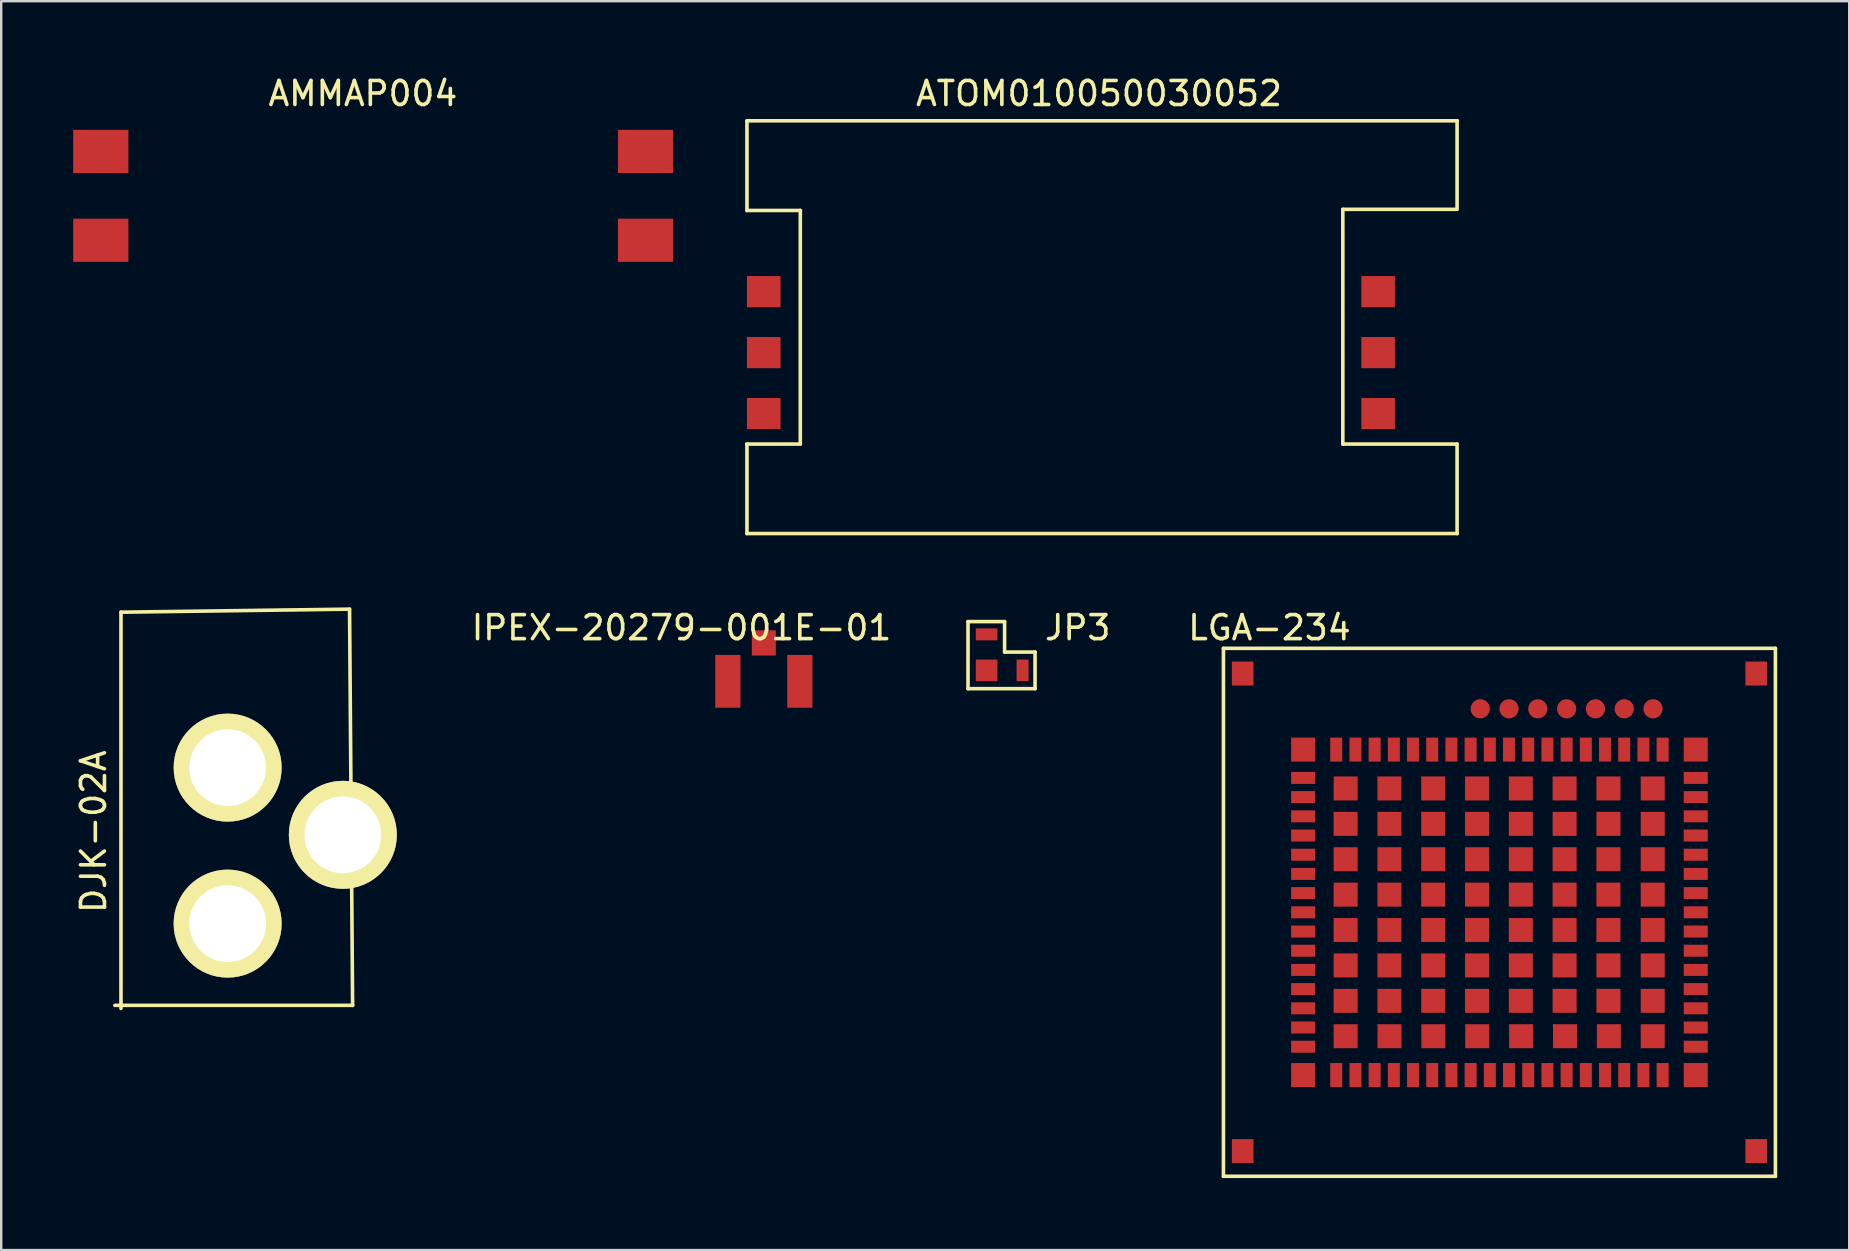
<source format=kicad_pcb>
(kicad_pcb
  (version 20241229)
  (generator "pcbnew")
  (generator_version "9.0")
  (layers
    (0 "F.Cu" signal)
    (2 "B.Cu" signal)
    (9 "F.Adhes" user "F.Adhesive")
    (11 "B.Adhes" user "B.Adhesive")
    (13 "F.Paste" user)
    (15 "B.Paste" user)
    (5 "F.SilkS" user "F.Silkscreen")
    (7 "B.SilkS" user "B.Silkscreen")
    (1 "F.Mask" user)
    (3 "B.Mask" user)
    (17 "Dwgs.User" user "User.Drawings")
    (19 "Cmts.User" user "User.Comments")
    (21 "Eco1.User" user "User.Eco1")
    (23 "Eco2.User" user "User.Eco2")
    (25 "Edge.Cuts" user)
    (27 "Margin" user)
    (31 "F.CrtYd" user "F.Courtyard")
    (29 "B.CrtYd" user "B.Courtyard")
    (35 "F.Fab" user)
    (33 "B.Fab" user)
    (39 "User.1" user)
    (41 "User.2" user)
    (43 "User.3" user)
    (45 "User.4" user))
  (footprint "IPEX-20279-001E-01"
    (layer "F.Cu")
    (at 28.778 23.741)
    (property "Reference" "IPEX-20279-001E-01" (at -3.429 -0.635 0) (layer "F.SilkS") (effects (font (size 1 1) (thickness 0.15))))
    (attr through_hole)
    (pad "1" smd rect (at 0 0) (size 1 1.05) (layers "F.Cu" "F.Mask" "F.Paste"))
    (pad "2" smd rect (at -1.5 1.6) (size 1.05 2.2) (layers "F.Cu" "F.Mask" "F.Paste"))
    (pad "3" smd rect (at 1.5 1.6) (size 1.05 2.2) (layers "F.Cu" "F.Mask" "F.Paste")))
  (footprint "ATOM010050030052"
    (layer "F.Cu")
    (at 28.775 9.103)
    (property "Reference" "ATOM010050030052" (at 13.97 -8.255 0) (layer "F.SilkS") (effects (font (size 1 1) (thickness 0.15))))
    (attr through_hole)
    (fp_line (start -0.7 -7.12) (end 28.9 -7.12) (stroke (width 0.15) (type solid)) (layer "F.SilkS"))
    (fp_line (start -0.7 -3.382) (end -0.7 -7.112) (stroke (width 0.15) (type solid)) (layer "F.SilkS"))
    (fp_line (start -0.7 6.35) (end 1.524 6.35) (stroke (width 0.15) (type solid)) (layer "F.SilkS"))
    (fp_line (start -0.7 10.08) (end -0.7 6.35) (stroke (width 0.15) (type solid)) (layer "F.SilkS"))
    (fp_line (start -0.7 10.08) (end 28.9 10.08) (stroke (width 0.15) (type solid)) (layer "F.SilkS"))
    (fp_line (start 1.524 -3.382) (end -0.7 -3.382) (stroke (width 0.15) (type solid)) (layer "F.SilkS"))
    (fp_line (start 1.524 6.35) (end 1.524 -3.382) (stroke (width 0.15) (type solid)) (layer "F.SilkS"))
    (fp_line (start 24.13 -3.429) (end 28.829 -3.429) (stroke (width 0.15) (type solid)) (layer "F.SilkS"))
    (fp_line (start 24.13 6.35) (end 24.13 -3.429) (stroke (width 0.15) (type solid)) (layer "F.SilkS"))
    (fp_line (start 28.891 -3.429) (end 28.891 -7.112) (stroke (width 0.15) (type solid)) (layer "F.SilkS"))
    (fp_line (start 28.891 6.35) (end 24.13 6.35) (stroke (width 0.15) (type solid)) (layer "F.SilkS"))
    (fp_line (start 28.891 10.08) (end 28.891 6.35) (stroke (width 0.15) (type solid)) (layer "F.SilkS"))
    (pad "1" smd rect (at 0 0) (size 1.4 1.3) (layers "F.Cu" "F.Mask" "F.Paste"))
    (pad "2" smd rect (at 0 2.54) (size 1.4 1.3) (layers "F.Cu" "F.Mask" "F.Paste"))
    (pad "3" smd rect (at 0 5.08) (size 1.4 1.3) (layers "F.Cu" "F.Mask" "F.Paste"))
    (pad "4" smd rect (at 25.6 5.08) (size 1.4 1.3) (layers "F.Cu" "F.Mask" "F.Paste"))
    (pad "5" smd rect (at 25.6 2.54) (size 1.4 1.3) (layers "F.Cu" "F.Mask" "F.Paste"))
    (pad "6" smd rect (at 25.6 0) (size 1.4 1.3) (layers "F.Cu" "F.Mask" "F.Paste")))
  (footprint "LGA-234"
    (layer "F.Cu")
    (at 66.231 28.186)
    (property "Reference" "LGA-234" (at -16.383 -5.08 0) (layer "F.SilkS") (effects (font (size 1 1) (thickness 0.15))))
    (attr through_hole)
    (fp_line (start -18.3 -4.22) (end -18.3 17.78) (stroke (width 0.15) (type solid)) (layer "F.SilkS"))
    (fp_line (start -18.3 17.78) (end 4.7 17.78) (stroke (width 0.15) (type solid)) (layer "F.SilkS"))
    (fp_line (start 4.7 -4.22) (end -18.3 -4.22) (stroke (width 0.15) (type solid)) (layer "F.SilkS"))
    (fp_line (start 4.7 17.78) (end 4.7 -4.22) (stroke (width 0.15) (type solid)) (layer "F.SilkS"))
    (pad "1" smd rect (at 0 0 90) (size 1 0.5) (layers "F.Cu" "F.Mask" "F.Paste"))
    (pad "2" smd rect (at -0.8 0 90) (size 1 0.5) (layers "F.Cu" "F.Mask" "F.Paste"))
    (pad "3" smd rect (at -1.6 0 90) (size 1 0.5) (layers "F.Cu" "F.Mask" "F.Paste"))
    (pad "4" smd rect (at -2.4 0 90) (size 1 0.5) (layers "F.Cu" "F.Mask" "F.Paste"))
    (pad "5" smd rect (at -3.2 0 90) (size 1 0.5) (layers "F.Cu" "F.Mask" "F.Paste"))
    (pad "6" smd rect (at -4 0 90) (size 1 0.5) (layers "F.Cu" "F.Mask" "F.Paste"))
    (pad "7" smd rect (at -4.8 0 90) (size 1 0.5) (layers "F.Cu" "F.Mask" "F.Paste"))
    (pad "8" smd rect (at -5.6 0 90) (size 1 0.5) (layers "F.Cu" "F.Mask" "F.Paste"))
    (pad "9" smd rect (at -6.4 0 90) (size 1 0.5) (layers "F.Cu" "F.Mask" "F.Paste"))
    (pad "10" smd rect (at -7.2 0 90) (size 1 0.5) (layers "F.Cu" "F.Mask" "F.Paste"))
    (pad "11" smd rect (at -8 0 90) (size 1 0.5) (layers "F.Cu" "F.Mask" "F.Paste"))
    (pad "12" smd rect (at -8.8 0 90) (size 1 0.5) (layers "F.Cu" "F.Mask" "F.Paste"))
    (pad "13" smd rect (at -9.6 0 90) (size 1 0.5) (layers "F.Cu" "F.Mask" "F.Paste"))
    (pad "14" smd rect (at -10.4 0 90) (size 1 0.5) (layers "F.Cu" "F.Mask" "F.Paste"))
    (pad "15" smd rect (at -11.2 0 90) (size 1 0.5) (layers "F.Cu" "F.Mask" "F.Paste"))
    (pad "16" smd rect (at -12 0 90) (size 1 0.5) (layers "F.Cu" "F.Mask" "F.Paste"))
    (pad "17" smd rect (at -12.8 0 90) (size 1 0.5) (layers "F.Cu" "F.Mask" "F.Paste"))
    (pad "18" smd rect (at -13.6 0 90) (size 1 0.5) (layers "F.Cu" "F.Mask" "F.Paste"))
    (pad "19" smd rect (at -14.98 1.18) (size 1 0.5) (layers "F.Cu" "F.Mask" "F.Paste"))
    (pad "20" smd rect (at -14.98 1.98) (size 1 0.5) (layers "F.Cu" "F.Mask" "F.Paste"))
    (pad "21" smd rect (at -14.98 2.78) (size 1 0.5) (layers "F.Cu" "F.Mask" "F.Paste"))
    (pad "22" smd rect (at -14.98 3.58) (size 1 0.5) (layers "F.Cu" "F.Mask" "F.Paste"))
    (pad "23" smd rect (at -14.98 4.38) (size 1 0.5) (layers "F.Cu" "F.Mask" "F.Paste"))
    (pad "24" smd rect (at -14.98 5.18) (size 1 0.5) (layers "F.Cu" "F.Mask" "F.Paste"))
    (pad "25" smd rect (at -14.98 5.98) (size 1 0.5) (layers "F.Cu" "F.Mask" "F.Paste"))
    (pad "26" smd rect (at -14.98 6.78) (size 1 0.5) (layers "F.Cu" "F.Mask" "F.Paste"))
    (pad "27" smd rect (at -14.98 7.58) (size 1 0.5) (layers "F.Cu" "F.Mask" "F.Paste"))
    (pad "28" smd rect (at -14.98 8.38) (size 1 0.5) (layers "F.Cu" "F.Mask" "F.Paste"))
    (pad "29" smd rect (at -14.98 9.18) (size 1 0.5) (layers "F.Cu" "F.Mask" "F.Paste"))
    (pad "30" smd rect (at -14.98 9.98) (size 1 0.5) (layers "F.Cu" "F.Mask" "F.Paste"))
    (pad "31" smd rect (at -14.98 10.78) (size 1 0.5) (layers "F.Cu" "F.Mask" "F.Paste"))
    (pad "32" smd rect (at -14.98 11.58) (size 1 0.5) (layers "F.Cu" "F.Mask" "F.Paste"))
    (pad "33" smd rect (at -14.98 12.38) (size 1 0.5) (layers "F.Cu" "F.Mask" "F.Paste"))
    (pad "34" smd rect (at -13.6 13.56 90) (size 1 0.5) (layers "F.Cu" "F.Mask" "F.Paste"))
    (pad "35" smd rect (at -12.8 13.56 90) (size 1 0.5) (layers "F.Cu" "F.Mask" "F.Paste"))
    (pad "36" smd rect (at -12 13.56 90) (size 1 0.5) (layers "F.Cu" "F.Mask" "F.Paste"))
    (pad "37" smd rect (at -11.2 13.56 90) (size 1 0.5) (layers "F.Cu" "F.Mask" "F.Paste"))
    (pad "38" smd rect (at -10.4 13.56 90) (size 1 0.5) (layers "F.Cu" "F.Mask" "F.Paste"))
    (pad "39" smd rect (at -9.6 13.56 90) (size 1 0.5) (layers "F.Cu" "F.Mask" "F.Paste"))
    (pad "40" smd rect (at -8.8 13.56 90) (size 1 0.5) (layers "F.Cu" "F.Mask" "F.Paste"))
    (pad "41" smd rect (at -8 13.56 90) (size 1 0.5) (layers "F.Cu" "F.Mask" "F.Paste"))
    (pad "42" smd rect (at -7.2 13.56 90) (size 1 0.5) (layers "F.Cu" "F.Mask" "F.Paste"))
    (pad "43" smd rect (at -6.4 13.56 90) (size 1 0.5) (layers "F.Cu" "F.Mask" "F.Paste"))
    (pad "44" smd rect (at -5.6 13.56 90) (size 1 0.5) (layers "F.Cu" "F.Mask" "F.Paste"))
    (pad "45" smd rect (at -4.8 13.56 90) (size 1 0.5) (layers "F.Cu" "F.Mask" "F.Paste"))
    (pad "46" smd rect (at -4 13.56 90) (size 1 0.5) (layers "F.Cu" "F.Mask" "F.Paste"))
    (pad "47" smd rect (at -3.2 13.56 90) (size 1 0.5) (layers "F.Cu" "F.Mask" "F.Paste"))
    (pad "48" smd rect (at -2.4 13.56 90) (size 1 0.5) (layers "F.Cu" "F.Mask" "F.Paste"))
    (pad "49" smd rect (at -1.6 13.56 90) (size 1 0.5) (layers "F.Cu" "F.Mask" "F.Paste"))
    (pad "50" smd rect (at -0.8 13.56 90) (size 1 0.5) (layers "F.Cu" "F.Mask" "F.Paste"))
    (pad "51" smd rect (at 0 13.56 90) (size 1 0.5) (layers "F.Cu" "F.Mask" "F.Paste"))
    (pad "52" smd rect (at 1.38 12.38 180) (size 1 0.5) (layers "F.Cu" "F.Mask" "F.Paste"))
    (pad "53" smd rect (at 1.38 11.58 180) (size 1 0.5) (layers "F.Cu" "F.Mask" "F.Paste"))
    (pad "54" smd rect (at 1.38 10.78 180) (size 1 0.5) (layers "F.Cu" "F.Mask" "F.Paste"))
    (pad "55" smd rect (at 1.38 9.98 180) (size 1 0.5) (layers "F.Cu" "F.Mask" "F.Paste"))
    (pad "56" smd rect (at 1.38 9.18 180) (size 1 0.5) (layers "F.Cu" "F.Mask" "F.Paste"))
    (pad "57" smd rect (at 1.38 8.38 180) (size 1 0.5) (layers "F.Cu" "F.Mask" "F.Paste"))
    (pad "58" smd rect (at 1.38 7.58 180) (size 1 0.5) (layers "F.Cu" "F.Mask" "F.Paste"))
    (pad "59" smd rect (at 1.38 6.78 180) (size 1 0.5) (layers "F.Cu" "F.Mask" "F.Paste"))
    (pad "60" smd rect (at 1.38 5.98 180) (size 1 0.5) (layers "F.Cu" "F.Mask" "F.Paste"))
    (pad "61" smd rect (at 1.38 5.18 180) (size 1 0.5) (layers "F.Cu" "F.Mask" "F.Paste"))
    (pad "62" smd rect (at 1.38 4.38 180) (size 1 0.5) (layers "F.Cu" "F.Mask" "F.Paste"))
    (pad "63" smd rect (at 1.38 3.58 180) (size 1 0.5) (layers "F.Cu" "F.Mask" "F.Paste"))
    (pad "64" smd rect (at 1.38 2.78 180) (size 1 0.5) (layers "F.Cu" "F.Mask" "F.Paste"))
    (pad "65" smd rect (at 1.38 1.98 180) (size 1 0.5) (layers "F.Cu" "F.Mask" "F.Paste"))
    (pad "66" smd rect (at 1.38 1.18 180) (size 1 0.5) (layers "F.Cu" "F.Mask" "F.Paste"))
    (pad "67" smd rect (at 1.38 0) (size 1 1) (layers "F.Cu" "F.Mask" "F.Paste"))
    (pad "68" smd rect (at -14.98 0) (size 1 1) (layers "F.Cu" "F.Mask" "F.Paste"))
    (pad "69" smd rect (at -14.98 13.56) (size 1 1) (layers "F.Cu" "F.Mask" "F.Paste"))
    (pad "70" smd rect (at 1.38 13.56) (size 1 1) (layers "F.Cu" "F.Mask" "F.Paste"))
    (pad "167" smd rect (at 3.9 -3.17) (size 0.9 1) (layers "F.Cu" "F.Mask" "F.Paste"))
    (pad "168" smd rect (at -17.5 -3.17) (size 0.9 1) (layers "F.Cu" "F.Mask" "F.Paste"))
    (pad "169" smd rect (at -17.5 16.73) (size 0.9 1) (layers "F.Cu" "F.Mask" "F.Paste"))
    (pad "170" smd rect (at 3.9 16.73) (size 0.9 1) (layers "F.Cu" "F.Mask" "F.Paste"))
    (pad "171" smd rect (at -0.413 1.618) (size 1 1) (layers "F.Cu" "F.Mask" "F.Paste"))
    (pad "172" smd rect (at -0.413 3.093) (size 1 1) (layers "F.Cu" "F.Mask" "F.Paste"))
    (pad "173" smd rect (at -0.413 4.568) (size 1 1) (layers "F.Cu" "F.Mask" "F.Paste"))
    (pad "174" smd rect (at -0.413 6.043) (size 1 1) (layers "F.Cu" "F.Mask" "F.Paste"))
    (pad "175" smd rect (at -0.413 7.518) (size 1 1) (layers "F.Cu" "F.Mask" "F.Paste"))
    (pad "176" smd rect (at -0.413 8.993) (size 1 1) (layers "F.Cu" "F.Mask" "F.Paste"))
    (pad "177" smd rect (at -0.413 10.468) (size 1 1) (layers "F.Cu" "F.Mask" "F.Paste"))
    (pad "178" smd rect (at -0.413 11.943) (size 1 1) (layers "F.Cu" "F.Mask" "F.Paste"))
    (pad "179" smd rect (at -2.241 11.943) (size 1 1) (layers "F.Cu" "F.Mask" "F.Paste"))
    (pad "180" smd rect (at -4.069 11.943) (size 1 1) (layers "F.Cu" "F.Mask" "F.Paste"))
    (pad "181" smd rect (at -5.897 11.943) (size 1 1) (layers "F.Cu" "F.Mask" "F.Paste"))
    (pad "182" smd rect (at -7.725 11.943) (size 1 1) (layers "F.Cu" "F.Mask" "F.Paste"))
    (pad "183" smd rect (at -9.553 11.943) (size 1 1) (layers "F.Cu" "F.Mask" "F.Paste"))
    (pad "184" smd rect (at -11.381 11.943) (size 1 1) (layers "F.Cu" "F.Mask" "F.Paste"))
    (pad "185" smd rect (at -13.209 11.943) (size 1 1) (layers "F.Cu" "F.Mask" "F.Paste"))
    (pad "186" smd rect (at -13.209 10.468) (size 1 1) (layers "F.Cu" "F.Mask" "F.Paste"))
    (pad "187" smd rect (at -13.209 8.993) (size 1 1) (layers "F.Cu" "F.Mask" "F.Paste"))
    (pad "188" smd rect (at -13.209 7.518) (size 1 1) (layers "F.Cu" "F.Mask" "F.Paste"))
    (pad "189" smd rect (at -13.209 6.043) (size 1 1) (layers "F.Cu" "F.Mask" "F.Paste"))
    (pad "190" smd rect (at -13.209 4.568) (size 1 1) (layers "F.Cu" "F.Mask" "F.Paste"))
    (pad "191" smd rect (at -13.209 3.093) (size 1 1) (layers "F.Cu" "F.Mask" "F.Paste"))
    (pad "192" smd rect (at -13.209 1.618) (size 1 1) (layers "F.Cu" "F.Mask" "F.Paste"))
    (pad "193" smd rect (at -11.384 1.618) (size 1 1) (layers "F.Cu" "F.Mask" "F.Paste"))
    (pad "194" smd rect (at -9.559 1.618) (size 1 1) (layers "F.Cu" "F.Mask" "F.Paste"))
    (pad "195" smd rect (at -7.734 1.618) (size 1 1) (layers "F.Cu" "F.Mask" "F.Paste"))
    (pad "196" smd rect (at -5.909 1.618) (size 1 1) (layers "F.Cu" "F.Mask" "F.Paste"))
    (pad "197" smd rect (at -4.084 1.618) (size 1 1) (layers "F.Cu" "F.Mask" "F.Paste"))
    (pad "198" smd rect (at -2.259 1.618) (size 1 1) (layers "F.Cu" "F.Mask" "F.Paste"))
    (pad "199" smd rect (at -2.259 3.093) (size 1 1) (layers "F.Cu" "F.Mask" "F.Paste"))
    (pad "200" smd rect (at -2.259 4.568) (size 1 1) (layers "F.Cu" "F.Mask" "F.Paste"))
    (pad "201" smd rect (at -2.259 6.043) (size 1 1) (layers "F.Cu" "F.Mask" "F.Paste"))
    (pad "202" smd rect (at -2.259 7.518) (size 1 1) (layers "F.Cu" "F.Mask" "F.Paste"))
    (pad "203" smd rect (at -2.259 8.993) (size 1 1) (layers "F.Cu" "F.Mask" "F.Paste"))
    (pad "204" smd rect (at -2.259 10.468) (size 1 1) (layers "F.Cu" "F.Mask" "F.Paste"))
    (pad "205" smd rect (at -4.084 10.468) (size 1 1) (layers "F.Cu" "F.Mask" "F.Paste"))
    (pad "206" smd rect (at -5.909 10.468) (size 1 1) (layers "F.Cu" "F.Mask" "F.Paste"))
    (pad "207" smd rect (at -7.734 10.468) (size 1 1) (layers "F.Cu" "F.Mask" "F.Paste"))
    (pad "208" smd rect (at -9.559 10.468) (size 1 1) (layers "F.Cu" "F.Mask" "F.Paste"))
    (pad "209" smd rect (at -11.384 10.468) (size 1 1) (layers "F.Cu" "F.Mask" "F.Paste"))
    (pad "210" smd rect (at -11.384 8.993) (size 1 1) (layers "F.Cu" "F.Mask" "F.Paste"))
    (pad "211" smd rect (at -11.384 7.518) (size 1 1) (layers "F.Cu" "F.Mask" "F.Paste"))
    (pad "212" smd rect (at -11.384 6.043) (size 1 1) (layers "F.Cu" "F.Mask" "F.Paste"))
    (pad "213" smd rect (at -11.384 4.568) (size 1 1) (layers "F.Cu" "F.Mask" "F.Paste"))
    (pad "214" smd rect (at -11.384 3.093) (size 1 1) (layers "F.Cu" "F.Mask" "F.Paste"))
    (pad "215" smd rect (at -9.559 3.093) (size 1 1) (layers "F.Cu" "F.Mask" "F.Paste"))
    (pad "216" smd rect (at -7.734 3.093) (size 1 1) (layers "F.Cu" "F.Mask" "F.Paste"))
    (pad "217" smd rect (at -5.909 3.093) (size 1 1) (layers "F.Cu" "F.Mask" "F.Paste"))
    (pad "218" smd rect (at -4.084 3.093) (size 1 1) (layers "F.Cu" "F.Mask" "F.Paste"))
    (pad "219" smd rect (at -4.084 4.568) (size 1 1) (layers "F.Cu" "F.Mask" "F.Paste"))
    (pad "220" smd rect (at -4.084 6.043) (size 1 1) (layers "F.Cu" "F.Mask" "F.Paste"))
    (pad "221" smd rect (at -4.084 7.518) (size 1 1) (layers "F.Cu" "F.Mask" "F.Paste"))
    (pad "222" smd rect (at -4.084 8.993) (size 1 1) (layers "F.Cu" "F.Mask" "F.Paste"))
    (pad "223" smd rect (at -5.909 8.993) (size 1 1) (layers "F.Cu" "F.Mask" "F.Paste"))
    (pad "224" smd rect (at -7.734 8.993) (size 1 1) (layers "F.Cu" "F.Mask" "F.Paste"))
    (pad "225" smd rect (at -9.559 8.993) (size 1 1) (layers "F.Cu" "F.Mask" "F.Paste"))
    (pad "226" smd rect (at -9.559 7.518) (size 1 1) (layers "F.Cu" "F.Mask" "F.Paste"))
    (pad "227" smd rect (at -9.559 6.043) (size 1 1) (layers "F.Cu" "F.Mask" "F.Paste"))
    (pad "228" smd rect (at -9.559 4.568) (size 1 1) (layers "F.Cu" "F.Mask" "F.Paste"))
    (pad "229" smd rect (at -7.734 4.568) (size 1 1) (layers "F.Cu" "F.Mask" "F.Paste"))
    (pad "230" smd rect (at -5.909 4.568) (size 1 1) (layers "F.Cu" "F.Mask" "F.Paste"))
    (pad "231" smd rect (at -5.909 6.043) (size 1 1) (layers "F.Cu" "F.Mask" "F.Paste"))
    (pad "232" smd rect (at -5.909 7.518) (size 1 1) (layers "F.Cu" "F.Mask" "F.Paste"))
    (pad "233" smd rect (at -7.734 7.518) (size 1 1) (layers "F.Cu" "F.Mask" "F.Paste"))
    (pad "234" smd rect (at -7.734 6.043) (size 1 1) (layers "F.Cu" "F.Mask" "F.Paste"))
    (pad "236" smd circle (at -0.4 -1.7) (size 0.8 0.8) (layers "F.Cu" "F.Mask" "F.Paste"))
    (pad "237" smd circle (at -1.6 -1.7) (size 0.8 0.8) (layers "F.Cu" "F.Mask" "F.Paste"))
    (pad "238" smd circle (at -2.8 -1.7) (size 0.8 0.8) (layers "F.Cu" "F.Mask" "F.Paste"))
    (pad "239" smd circle (at -4 -1.7) (size 0.8 0.8) (layers "F.Cu" "F.Mask" "F.Paste"))
    (pad "240" smd circle (at -5.2 -1.7) (size 0.8 0.8) (layers "F.Cu" "F.Mask" "F.Paste"))
    (pad "241" smd circle (at -6.4 -1.7) (size 0.8 0.8) (layers "F.Cu" "F.Mask" "F.Paste"))
    (pad "242" smd circle (at -7.6 -1.7) (size 0.8 0.8) (layers "F.Cu" "F.Mask" "F.Paste")))
  (footprint "JP3"
    (layer "F.Cu")
    (at 38.049 24.884)
    (property "Reference" "JP3" (at 3.81 -1.778 0) (layer "F.SilkS") (effects (font (size 1 1) (thickness 0.15))))
    (attr through_hole)
    (fp_line (start -0.762 -2.032) (end 0.762 -2.032) (stroke (width 0.15) (type solid)) (layer "F.SilkS"))
    (fp_line (start -0.762 0.762) (end -0.762 -2.032) (stroke (width 0.15) (type solid)) (layer "F.SilkS"))
    (fp_line (start 0.762 -2.032) (end 0.762 -0.762) (stroke (width 0.15) (type solid)) (layer "F.SilkS"))
    (fp_line (start 0.762 -0.762) (end 2.032 -0.762) (stroke (width 0.15) (type solid)) (layer "F.SilkS"))
    (fp_line (start 2.032 -0.762) (end 2.032 0.762) (stroke (width 0.15) (type solid)) (layer "F.SilkS"))
    (fp_line (start 2.032 0.762) (end -0.762 0.762) (stroke (width 0.15) (type solid)) (layer "F.SilkS"))
    (pad "1" smd rect (at 0.012 0) (size 0.9 0.9) (layers "F.Cu" "F.Mask" "F.Paste"))
    (pad "2" smd rect (at 1.512 0) (size 0.5 0.9) (layers "F.Cu" "F.Mask" "F.Paste"))
    (pad "3" smd rect (at 0.012 -1.5 90) (size 0.5 0.9) (layers "F.Cu" "F.Mask" "F.Paste")))
  (footprint "DJK-02A"
    (layer "F.Cu")
    (at 6.436 28.937)
    (property "Reference" "DJK-02A" (at -5.588 2.667 90) (layer "F.SilkS") (effects (font (size 1 1) (thickness 0.15))))
    (attr through_hole)
    (fp_line (start -4.699 9.906) (end 5.207 9.906) (stroke (width 0.15) (type solid)) (layer "F.SilkS"))
    (fp_line (start -4.445 -6.477) (end -4.445 10.033) (stroke (width 0.15) (type solid)) (layer "F.SilkS"))
    (fp_line (start 5.08 -6.604) (end -4.445 -6.477) (stroke (width 0.15) (type solid)) (layer "F.SilkS"))
    (fp_line (start 5.207 9.906) (end 5.08 -6.604) (stroke (width 0.15) (type solid)) (layer "F.SilkS"))
    (pad "1" thru_hole circle (at 0 0) (size 4.5 4.5) (drill 3.2) (layers "*.Cu" "*.Mask" "F.SilkS"))
    (pad "2" thru_hole circle (at 0 6.5) (size 4.5 4.5) (drill 3.2) (layers "*.Cu" "*.Mask" "F.SilkS"))
    (pad "3" thru_hole circle (at 4.8 2.8) (size 4.5 4.5) (drill 3.2) (layers "*.Cu" "*.Mask" "F.SilkS")))
  (footprint "AMMAP004"
    (layer "F.Cu")
    (at 1.15 3.261)
    (property "Reference" "AMMAP004" (at 10.922 -2.413 0) (layer "F.SilkS") (effects (font (size 1 1) (thickness 0.15))))
    (attr through_hole)
    (pad "1" smd rect (at 0 0) (size 2.3 1.8) (layers "F.Cu" "F.Mask" "F.Paste"))
    (pad "2" smd rect (at 0 3.7) (size 2.3 1.8) (layers "F.Cu" "F.Mask" "F.Paste"))
    (pad "3" smd rect (at 22.7 3.7) (size 2.3 1.8) (layers "F.Cu" "F.Mask" "F.Paste"))
    (pad "4" smd rect (at 22.7 0) (size 2.3 1.8) (layers "F.Cu" "F.Mask" "F.Paste")))
  (gr_rect
    (start -3 -3)
    (end 74.006 49.041)
    (stroke (width 0.1) (type default))
    (fill no)
    (layer "Edge.Cuts")))
</source>
